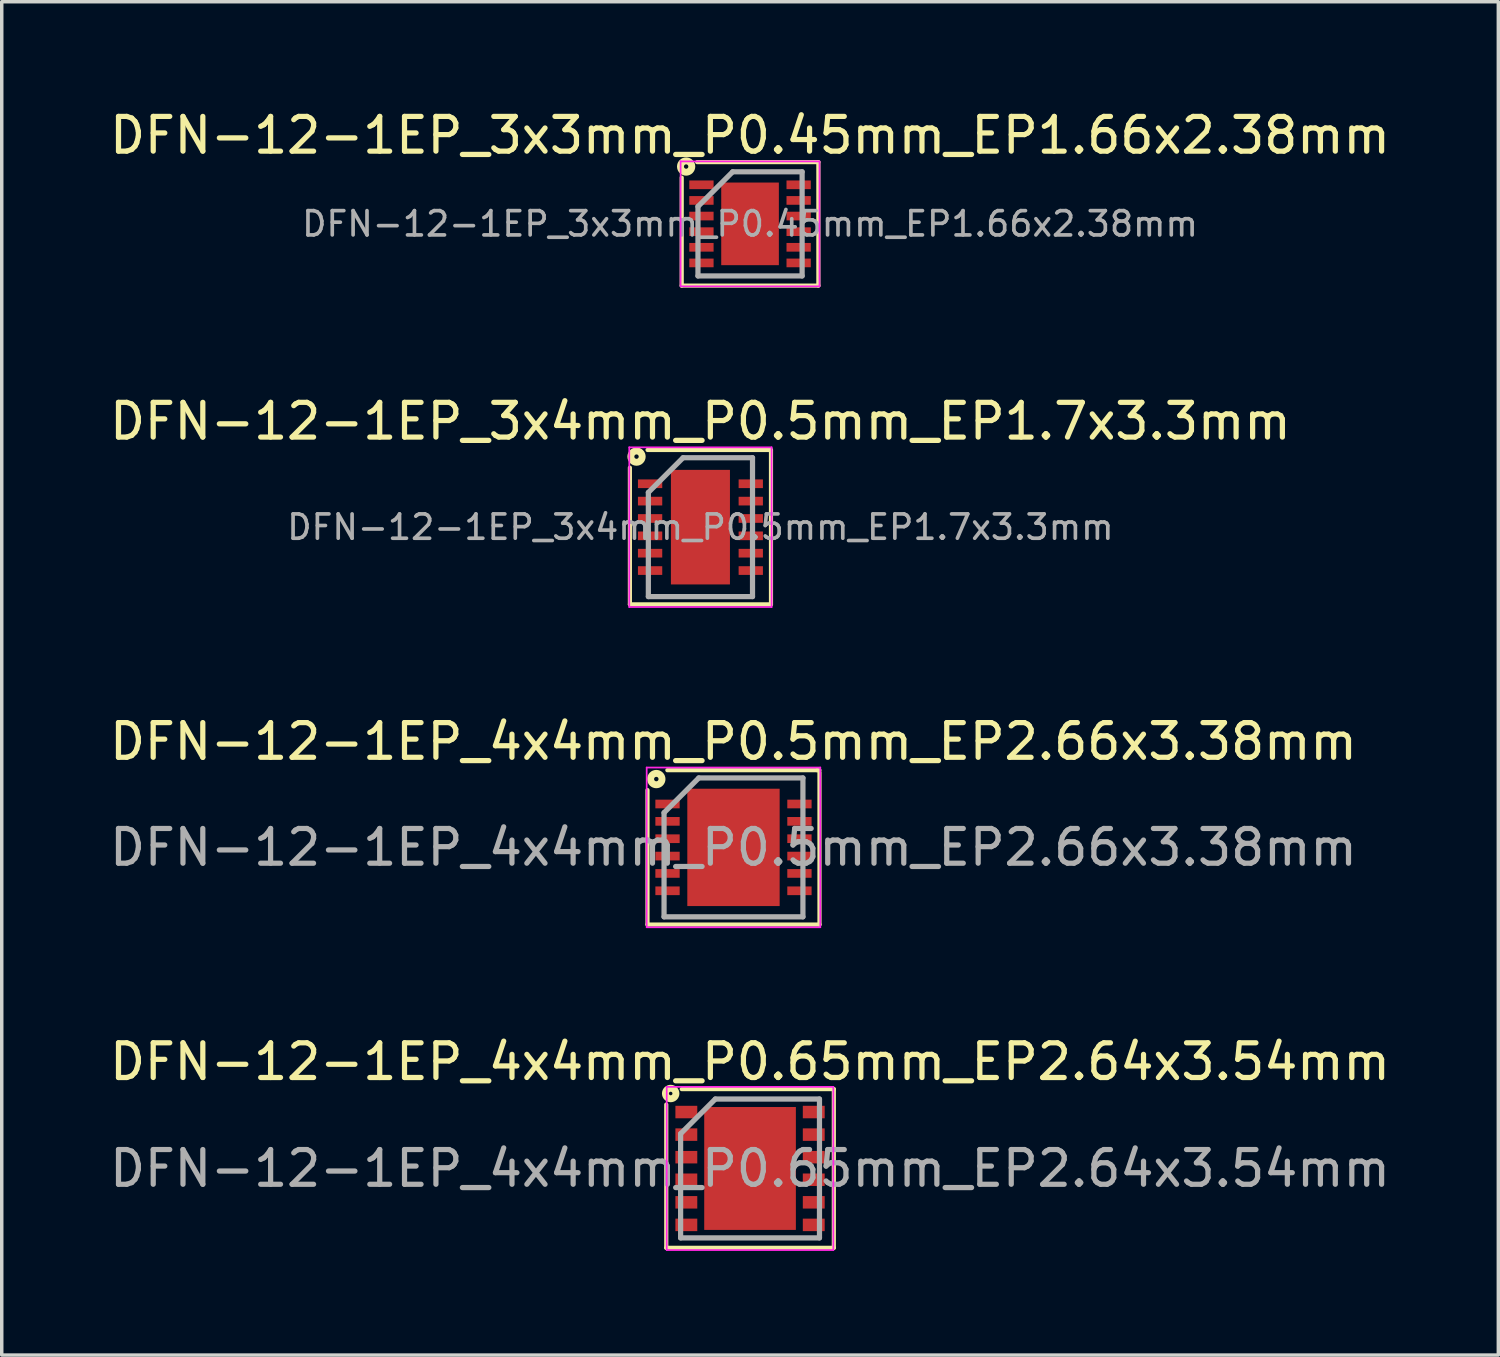
<source format=kicad_pcb>
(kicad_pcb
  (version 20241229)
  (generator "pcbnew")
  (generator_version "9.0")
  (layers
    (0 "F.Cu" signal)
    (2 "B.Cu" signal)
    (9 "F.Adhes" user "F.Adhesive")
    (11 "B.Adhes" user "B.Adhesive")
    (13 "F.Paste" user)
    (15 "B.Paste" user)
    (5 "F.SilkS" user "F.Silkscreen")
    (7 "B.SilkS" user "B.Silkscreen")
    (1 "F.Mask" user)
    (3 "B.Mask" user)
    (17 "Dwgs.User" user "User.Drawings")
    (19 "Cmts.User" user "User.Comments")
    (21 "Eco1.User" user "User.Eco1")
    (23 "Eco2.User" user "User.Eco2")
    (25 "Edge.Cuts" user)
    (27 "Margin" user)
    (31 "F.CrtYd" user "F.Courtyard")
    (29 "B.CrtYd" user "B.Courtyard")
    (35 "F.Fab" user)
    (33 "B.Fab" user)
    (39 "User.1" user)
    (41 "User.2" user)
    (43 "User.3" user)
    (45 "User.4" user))
  (footprint "DFN-12-1EP_4x4mm_P0.65mm_EP2.64x3.54mm"
    (layer "F.Cu")
    (at 18.554 30.606)
    (property "Reference" "DFN-12-1EP_4x4mm_P0.65mm_EP2.64x3.54mm" (at 0 -3.075 0) (layer "F.SilkS") (effects (font (size 1 1) (thickness 0.15))))
    (attr smd)
    (fp_line (start -2.413 2.286) (end -2.413 -1.841) (stroke (width 0.12) (type solid)) (layer "F.SilkS"))
    (fp_line (start -1.968 -2.286) (end 2.413 -2.286) (stroke (width 0.12) (type solid)) (layer "F.SilkS"))
    (fp_line (start 2.413 -2.286) (end 2.413 2.286) (stroke (width 0.12) (type solid)) (layer "F.SilkS"))
    (fp_line (start 2.413 2.286) (end -2.413 2.286) (stroke (width 0.12) (type solid)) (layer "F.SilkS"))
    (fp_circle (center -2.286 -2.159) (end -2.235 -2.159) (stroke (width 0.2) (type solid)) (fill no) (layer "F.SilkS"))
    (fp_line (start -2.4 -2.35) (end -2.4 2.35) (stroke (width 0.05) (type solid)) (layer "F.CrtYd"))
    (fp_line (start -2.4 -2.35) (end 2.4 -2.35) (stroke (width 0.05) (type solid)) (layer "F.CrtYd"))
    (fp_line (start -2.4 2.35) (end 2.4 2.35) (stroke (width 0.05) (type solid)) (layer "F.CrtYd"))
    (fp_line (start 2.4 -2.35) (end 2.4 2.35) (stroke (width 0.05) (type solid)) (layer "F.CrtYd"))
    (fp_line (start -2 -1) (end -1 -2) (stroke (width 0.15) (type solid)) (layer "F.Fab"))
    (fp_line (start -2 2) (end -2 -1) (stroke (width 0.15) (type solid)) (layer "F.Fab"))
    (fp_line (start -1 -2) (end 2 -2) (stroke (width 0.15) (type solid)) (layer "F.Fab"))
    (fp_line (start 2 -2) (end 2 2) (stroke (width 0.15) (type solid)) (layer "F.Fab"))
    (fp_line (start 2 2) (end -2 2) (stroke (width 0.15) (type solid)) (layer "F.Fab"))
    (fp_text user "${REFERENCE}" (at 0 0 0) (layer "F.Fab") (effects (font (size 1 1) (thickness 0.15))))
    (pad "" smd rect (at -0.66 -1.327) (size 1.1 0.7) (layers "F.Paste"))
    (pad "" smd rect (at -0.66 -0.443) (size 1.1 0.7) (layers "F.Paste"))
    (pad "" smd rect (at -0.66 0.443) (size 1.1 0.7) (layers "F.Paste"))
    (pad "" smd rect (at -0.66 1.327) (size 1.1 0.7) (layers "F.Paste"))
    (pad "" smd rect (at 0.66 -1.327) (size 1.1 0.7) (layers "F.Paste"))
    (pad "" smd rect (at 0.66 -0.443) (size 1.1 0.7) (layers "F.Paste"))
    (pad "" smd rect (at 0.66 0.443) (size 1.1 0.7) (layers "F.Paste"))
    (pad "" smd rect (at 0.66 1.327) (size 1.1 0.7) (layers "F.Paste"))
    (pad "1" smd rect (at -1.835 -1.625) (size 0.63 0.36) (layers "F.Cu" "F.Mask" "F.Paste"))
    (pad "2" smd rect (at -1.835 -0.975) (size 0.63 0.36) (layers "F.Cu" "F.Mask" "F.Paste"))
    (pad "3" smd rect (at -1.835 -0.325) (size 0.63 0.36) (layers "F.Cu" "F.Mask" "F.Paste"))
    (pad "4" smd rect (at -1.835 0.325) (size 0.63 0.36) (layers "F.Cu" "F.Mask" "F.Paste"))
    (pad "5" smd rect (at -1.835 0.975) (size 0.63 0.36) (layers "F.Cu" "F.Mask" "F.Paste"))
    (pad "6" smd rect (at -1.835 1.625) (size 0.63 0.36) (layers "F.Cu" "F.Mask" "F.Paste"))
    (pad "7" smd rect (at 1.835 1.625) (size 0.63 0.36) (layers "F.Cu" "F.Mask" "F.Paste"))
    (pad "8" smd rect (at 1.835 0.975) (size 0.63 0.36) (layers "F.Cu" "F.Mask" "F.Paste"))
    (pad "9" smd rect (at 1.835 0.325) (size 0.63 0.36) (layers "F.Cu" "F.Mask" "F.Paste"))
    (pad "10" smd rect (at 1.835 -0.325) (size 0.63 0.36) (layers "F.Cu" "F.Mask" "F.Paste"))
    (pad "11" smd rect (at 1.835 -0.975) (size 0.63 0.36) (layers "F.Cu" "F.Mask" "F.Paste"))
    (pad "12" smd rect (at 1.835 -1.625) (size 0.63 0.36) (layers "F.Cu" "F.Mask" "F.Paste"))
    (pad "13" smd rect (at 0 0) (size 2.64 3.54) (layers "F.Cu" "F.Mask")))
  (footprint "DFN-12-1EP_3x3mm_P0.45mm_EP1.66x2.38mm"
    (layer "F.Cu")
    (at 18.554 3.398)
    (property "Reference" "DFN-12-1EP_3x3mm_P0.45mm_EP1.66x2.38mm" (at 0 -2.55 0) (layer "F.SilkS") (effects (font (size 1 1) (thickness 0.15))))
    (attr smd)
    (fp_line (start -1.968 1.778) (end -1.968 -1.333) (stroke (width 0.12) (type solid)) (layer "F.SilkS"))
    (fp_line (start -1.524 -1.778) (end 1.968 -1.778) (stroke (width 0.12) (type solid)) (layer "F.SilkS"))
    (fp_line (start 1.968 -1.778) (end 1.968 1.778) (stroke (width 0.12) (type solid)) (layer "F.SilkS"))
    (fp_line (start 1.968 1.778) (end -1.968 1.778) (stroke (width 0.12) (type solid)) (layer "F.SilkS"))
    (fp_circle (center -1.841 -1.651) (end -1.778 -1.651) (stroke (width 0.2) (type solid)) (fill no) (layer "F.SilkS"))
    (fp_line (start -2 -1.8) (end -2 1.8) (stroke (width 0.05) (type solid)) (layer "F.CrtYd"))
    (fp_line (start -2 -1.8) (end 2 -1.8) (stroke (width 0.05) (type solid)) (layer "F.CrtYd"))
    (fp_line (start -2 1.8) (end 2 1.8) (stroke (width 0.05) (type solid)) (layer "F.CrtYd"))
    (fp_line (start 2 -1.8) (end 2 1.8) (stroke (width 0.05) (type solid)) (layer "F.CrtYd"))
    (fp_line (start -1.5 -0.5) (end -0.5 -1.5) (stroke (width 0.15) (type solid)) (layer "F.Fab"))
    (fp_line (start -1.5 1.5) (end -1.5 -0.5) (stroke (width 0.15) (type solid)) (layer "F.Fab"))
    (fp_line (start -0.5 -1.5) (end 1.5 -1.5) (stroke (width 0.15) (type solid)) (layer "F.Fab"))
    (fp_line (start 1.5 -1.5) (end 1.5 1.5) (stroke (width 0.15) (type solid)) (layer "F.Fab"))
    (fp_line (start 1.5 1.5) (end -1.5 1.5) (stroke (width 0.15) (type solid)) (layer "F.Fab"))
    (fp_text user "${REFERENCE}" (at 0 0 0) (layer "F.Fab") (effects (font (size 0.7 0.7) (thickness 0.105))))
    (pad "" smd rect (at -0.415 -0.595) (size 0.64 1) (layers "F.Paste"))
    (pad "" smd rect (at -0.415 0.595) (size 0.64 1) (layers "F.Paste"))
    (pad "" smd rect (at 0.415 -0.595) (size 0.64 1) (layers "F.Paste"))
    (pad "" smd rect (at 0.415 0.595) (size 0.64 1) (layers "F.Paste"))
    (pad "1" smd rect (at -1.4 -1.125) (size 0.7 0.25) (layers "F.Cu" "F.Mask" "F.Paste"))
    (pad "2" smd rect (at -1.4 -0.675) (size 0.7 0.25) (layers "F.Cu" "F.Mask" "F.Paste"))
    (pad "3" smd rect (at -1.4 -0.225) (size 0.7 0.25) (layers "F.Cu" "F.Mask" "F.Paste"))
    (pad "4" smd rect (at -1.4 0.225) (size 0.7 0.25) (layers "F.Cu" "F.Mask" "F.Paste"))
    (pad "5" smd rect (at -1.4 0.675) (size 0.7 0.25) (layers "F.Cu" "F.Mask" "F.Paste"))
    (pad "6" smd rect (at -1.4 1.125) (size 0.7 0.25) (layers "F.Cu" "F.Mask" "F.Paste"))
    (pad "7" smd rect (at 1.4 1.125) (size 0.7 0.25) (layers "F.Cu" "F.Mask" "F.Paste"))
    (pad "8" smd rect (at 1.4 0.675) (size 0.7 0.25) (layers "F.Cu" "F.Mask" "F.Paste"))
    (pad "9" smd rect (at 1.4 0.225) (size 0.7 0.25) (layers "F.Cu" "F.Mask" "F.Paste"))
    (pad "10" smd rect (at 1.4 -0.225) (size 0.7 0.25) (layers "F.Cu" "F.Mask" "F.Paste"))
    (pad "11" smd rect (at 1.4 -0.675) (size 0.7 0.25) (layers "F.Cu" "F.Mask" "F.Paste"))
    (pad "12" smd rect (at 1.4 -1.125) (size 0.7 0.25) (layers "F.Cu" "F.Mask" "F.Paste"))
    (pad "13" smd rect (at 0 0) (size 1.66 2.38) (layers "F.Cu" "F.Mask")))
  (footprint "DFN-12-1EP_4x4mm_P0.5mm_EP2.66x3.38mm"
    (layer "F.Cu")
    (at 18.077 21.358)
    (property "Reference" "DFN-12-1EP_4x4mm_P0.5mm_EP2.66x3.38mm" (at 0 -3.05 0) (layer "F.SilkS") (effects (font (size 1 1) (thickness 0.15))))
    (attr smd)
    (fp_line (start -2.477 2.223) (end -2.477 -1.651) (stroke (width 0.12) (type solid)) (layer "F.SilkS"))
    (fp_line (start -1.905 -2.223) (end 2.413 -2.223) (stroke (width 0.12) (type solid)) (layer "F.SilkS"))
    (fp_line (start 2.413 -2.223) (end 2.477 -2.223) (stroke (width 0.12) (type solid)) (layer "F.SilkS"))
    (fp_line (start 2.477 -2.159) (end 2.477 2.223) (stroke (width 0.12) (type solid)) (layer "F.SilkS"))
    (fp_line (start 2.477 2.223) (end -2.477 2.223) (stroke (width 0.12) (type solid)) (layer "F.SilkS"))
    (fp_circle (center -2.223 -1.968) (end -2.159 -1.968) (stroke (width 0.2) (type solid)) (fill no) (layer "F.SilkS"))
    (fp_line (start -2.5 -2.3) (end -2.5 2.3) (stroke (width 0.05) (type solid)) (layer "F.CrtYd"))
    (fp_line (start -2.5 -2.3) (end 2.5 -2.3) (stroke (width 0.05) (type solid)) (layer "F.CrtYd"))
    (fp_line (start -2.5 2.3) (end 2.5 2.3) (stroke (width 0.05) (type solid)) (layer "F.CrtYd"))
    (fp_line (start 2.5 -2.3) (end 2.5 2.3) (stroke (width 0.05) (type solid)) (layer "F.CrtYd"))
    (fp_line (start -2 -1) (end -1 -2) (stroke (width 0.15) (type solid)) (layer "F.Fab"))
    (fp_line (start -2 2) (end -2 -1) (stroke (width 0.15) (type solid)) (layer "F.Fab"))
    (fp_line (start -1 -2) (end 2 -2) (stroke (width 0.15) (type solid)) (layer "F.Fab"))
    (fp_line (start 2 -2) (end 2 2) (stroke (width 0.15) (type solid)) (layer "F.Fab"))
    (fp_line (start 2 2) (end -2 2) (stroke (width 0.15) (type solid)) (layer "F.Fab"))
    (fp_text user "${REFERENCE}" (at 0 0 0) (layer "F.Fab") (effects (font (size 1 1) (thickness 0.15))))
    (pad "" smd rect (at -0.665 -1.268) (size 1.15 0.63) (layers "F.Paste"))
    (pad "" smd rect (at -0.665 -0.422) (size 1.15 0.63) (layers "F.Paste"))
    (pad "" smd rect (at -0.665 0.422) (size 1.15 0.63) (layers "F.Paste"))
    (pad "" smd rect (at -0.665 1.268) (size 1.15 0.63) (layers "F.Paste"))
    (pad "" smd rect (at 0.665 -1.268) (size 1.15 0.63) (layers "F.Paste"))
    (pad "" smd rect (at 0.665 -0.422) (size 1.15 0.63) (layers "F.Paste"))
    (pad "" smd rect (at 0.665 0.422) (size 1.15 0.63) (layers "F.Paste"))
    (pad "" smd rect (at 0.665 1.268) (size 1.15 0.63) (layers "F.Paste"))
    (pad "1" smd rect (at -1.9 -1.25) (size 0.7 0.25) (layers "F.Cu" "F.Mask" "F.Paste"))
    (pad "2" smd rect (at -1.9 -0.75) (size 0.7 0.25) (layers "F.Cu" "F.Mask" "F.Paste"))
    (pad "3" smd rect (at -1.9 -0.25) (size 0.7 0.25) (layers "F.Cu" "F.Mask" "F.Paste"))
    (pad "4" smd rect (at -1.9 0.25) (size 0.7 0.25) (layers "F.Cu" "F.Mask" "F.Paste"))
    (pad "5" smd rect (at -1.9 0.75) (size 0.7 0.25) (layers "F.Cu" "F.Mask" "F.Paste"))
    (pad "6" smd rect (at -1.9 1.25) (size 0.7 0.25) (layers "F.Cu" "F.Mask" "F.Paste"))
    (pad "7" smd rect (at 1.9 1.25) (size 0.7 0.25) (layers "F.Cu" "F.Mask" "F.Paste"))
    (pad "8" smd rect (at 1.9 0.75) (size 0.7 0.25) (layers "F.Cu" "F.Mask" "F.Paste"))
    (pad "9" smd rect (at 1.9 0.25) (size 0.7 0.25) (layers "F.Cu" "F.Mask" "F.Paste"))
    (pad "10" smd rect (at 1.9 -0.25) (size 0.7 0.25) (layers "F.Cu" "F.Mask" "F.Paste"))
    (pad "11" smd rect (at 1.9 -0.75) (size 0.7 0.25) (layers "F.Cu" "F.Mask" "F.Paste"))
    (pad "12" smd rect (at 1.9 -1.25) (size 0.7 0.25) (layers "F.Cu" "F.Mask" "F.Paste"))
    (pad "13" smd rect (at 0 0) (size 2.66 3.38) (layers "F.Cu" "F.Mask")))
  (footprint "DFN-12-1EP_3x4mm_P0.5mm_EP1.7x3.3mm"
    (layer "F.Cu")
    (at 17.125 12.134)
    (property "Reference" "DFN-12-1EP_3x4mm_P0.5mm_EP1.7x3.3mm" (at 0 -3.05 0) (layer "F.SilkS") (effects (font (size 1 1) (thickness 0.15))))
    (attr smd)
    (fp_line (start -2.032 2.223) (end -2.032 -1.714) (stroke (width 0.12) (type solid)) (layer "F.SilkS"))
    (fp_line (start -1.524 -2.223) (end 2.032 -2.223) (stroke (width 0.12) (type solid)) (layer "F.SilkS"))
    (fp_line (start 2.032 -2.223) (end 2.032 2.223) (stroke (width 0.12) (type solid)) (layer "F.SilkS"))
    (fp_line (start 2.032 2.223) (end -2.032 2.223) (stroke (width 0.12) (type solid)) (layer "F.SilkS"))
    (fp_circle (center -1.841 -2.032) (end -1.778 -2.032) (stroke (width 0.2) (type solid)) (fill no) (layer "F.SilkS"))
    (fp_line (start -2.05 -2.3) (end -2.05 2.3) (stroke (width 0.05) (type solid)) (layer "F.CrtYd"))
    (fp_line (start -2.05 -2.3) (end 2.05 -2.3) (stroke (width 0.05) (type solid)) (layer "F.CrtYd"))
    (fp_line (start -2.05 2.3) (end 2.05 2.3) (stroke (width 0.05) (type solid)) (layer "F.CrtYd"))
    (fp_line (start 2.05 -2.3) (end 2.05 2.3) (stroke (width 0.05) (type solid)) (layer "F.CrtYd"))
    (fp_line (start -1.5 -1) (end -0.5 -2) (stroke (width 0.15) (type solid)) (layer "F.Fab"))
    (fp_line (start -1.5 2) (end -1.5 -1) (stroke (width 0.15) (type solid)) (layer "F.Fab"))
    (fp_line (start -0.5 -2) (end 1.5 -2) (stroke (width 0.15) (type solid)) (layer "F.Fab"))
    (fp_line (start 1.5 -2) (end 1.5 2) (stroke (width 0.15) (type solid)) (layer "F.Fab"))
    (fp_line (start 1.5 2) (end -1.5 2) (stroke (width 0.15) (type solid)) (layer "F.Fab"))
    (fp_text user "${REFERENCE}" (at 0 0 0) (layer "F.Fab") (effects (font (size 0.7 0.7) (thickness 0.105))))
    (pad "" smd rect (at -0.425 -1.238) (size 0.685 0.67) (layers "F.Paste"))
    (pad "" smd rect (at -0.425 -0.412) (size 0.685 0.67) (layers "F.Paste"))
    (pad "" smd rect (at -0.425 0.412) (size 0.685 0.67) (layers "F.Paste"))
    (pad "" smd rect (at -0.425 1.238) (size 0.685 0.67) (layers "F.Paste"))
    (pad "" smd rect (at 0.425 -1.238) (size 0.685 0.67) (layers "F.Paste"))
    (pad "" smd rect (at 0.425 -0.412) (size 0.685 0.67) (layers "F.Paste"))
    (pad "" smd rect (at 0.425 0.412) (size 0.685 0.67) (layers "F.Paste"))
    (pad "" smd rect (at 0.425 1.238) (size 0.685 0.67) (layers "F.Paste"))
    (pad "1" smd rect (at -1.45 -1.25) (size 0.7 0.25) (layers "F.Cu" "F.Mask" "F.Paste"))
    (pad "2" smd rect (at -1.45 -0.75) (size 0.7 0.25) (layers "F.Cu" "F.Mask" "F.Paste"))
    (pad "3" smd rect (at -1.45 -0.25) (size 0.7 0.25) (layers "F.Cu" "F.Mask" "F.Paste"))
    (pad "4" smd rect (at -1.45 0.25) (size 0.7 0.25) (layers "F.Cu" "F.Mask" "F.Paste"))
    (pad "5" smd rect (at -1.45 0.75) (size 0.7 0.25) (layers "F.Cu" "F.Mask" "F.Paste"))
    (pad "6" smd rect (at -1.45 1.25) (size 0.7 0.25) (layers "F.Cu" "F.Mask" "F.Paste"))
    (pad "7" smd rect (at 1.45 1.25) (size 0.7 0.25) (layers "F.Cu" "F.Mask" "F.Paste"))
    (pad "8" smd rect (at 1.45 0.75) (size 0.7 0.25) (layers "F.Cu" "F.Mask" "F.Paste"))
    (pad "9" smd rect (at 1.45 0.25) (size 0.7 0.25) (layers "F.Cu" "F.Mask" "F.Paste"))
    (pad "10" smd rect (at 1.45 -0.25) (size 0.7 0.25) (layers "F.Cu" "F.Mask" "F.Paste"))
    (pad "11" smd rect (at 1.45 -0.75) (size 0.7 0.25) (layers "F.Cu" "F.Mask" "F.Paste"))
    (pad "12" smd rect (at 1.45 -1.25) (size 0.7 0.25) (layers "F.Cu" "F.Mask" "F.Paste"))
    (pad "13" smd rect (at 0 0) (size 1.7 3.3) (layers "F.Cu" "F.Mask")))
  (gr_rect
    (start -3 -3)
    (end 40.107 35.981)
    (stroke (width 0.1) (type default))
    (fill no)
    (layer "Edge.Cuts")))
</source>
